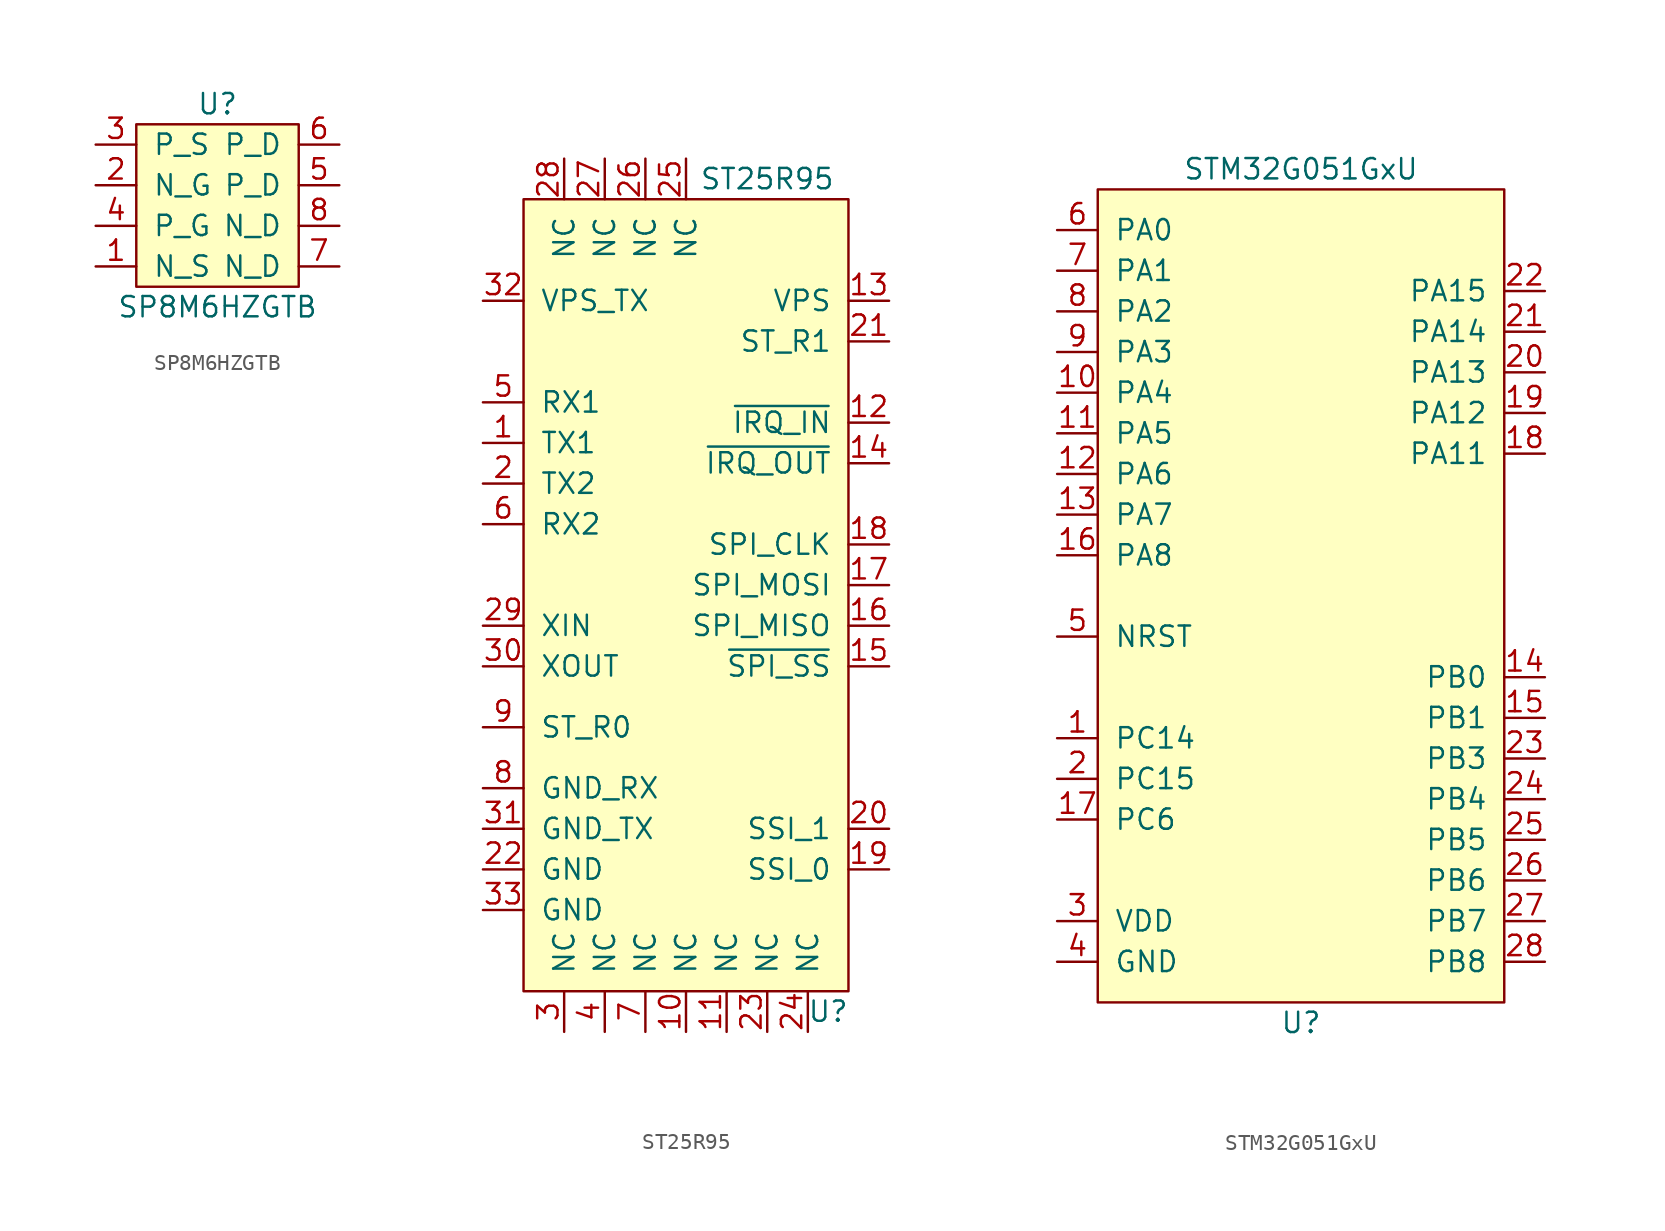
<source format=kicad_sym>
(kicad_symbol_lib
  (version 20211014)
  (generator kicad_symbol_editor)
  (symbol "SP8M6HZGTB"
    (pin_names
      (offset 1.016))
    (property "Reference" "U"
      (at 0 7.62 0)
      (effects (font (size 1.27 1.27))))
    (property "Value" "SP8M6HZGTB"
      (at 0 -5.08 0)
      (effects (font (size 1.27 1.27))))
    (symbol "SP8M6HZGTB_0_1"
      (rectangle (start -5.08 6.35) (end 5.08 -3.81) (stroke (width 0) (type default) (color 0 0 0 0)) (fill (type background))))
    (symbol "SP8M6HZGTB_1_1"
      (pin input line (at -7.62 -2.54 0) (length 2.54) (name "N_S" (effects (font (size 1.27 1.27)))) (number "1" (effects (font (size 1.27 1.27)))))
      (pin input line (at -7.62 2.54 0) (length 2.54) (name "N_G" (effects (font (size 1.27 1.27)))) (number "2" (effects (font (size 1.27 1.27)))))
      (pin input line (at -7.62 5.08 0) (length 2.54) (name "P_S" (effects (font (size 1.27 1.27)))) (number "3" (effects (font (size 1.27 1.27)))))
      (pin input line (at -7.62 0 0) (length 2.54) (name "P_G" (effects (font (size 1.27 1.27)))) (number "4" (effects (font (size 1.27 1.27)))))
      (pin input line (at 7.62 2.54 180) (length 2.54) (name "P_D" (effects (font (size 1.27 1.27)))) (number "5" (effects (font (size 1.27 1.27)))))
      (pin input line (at 7.62 5.08 180) (length 2.54) (name "P_D" (effects (font (size 1.27 1.27)))) (number "6" (effects (font (size 1.27 1.27)))))
      (pin input line (at 7.62 -2.54 180) (length 2.54) (name "N_D" (effects (font (size 1.27 1.27)))) (number "7" (effects (font (size 1.27 1.27)))))
      (pin input line (at 7.62 0 180) (length 2.54) (name "N_D" (effects (font (size 1.27 1.27)))) (number "8" (effects (font (size 1.27 1.27)))))))
  (symbol "ST25R95"
    (pin_names
      (offset 1.016))
    (property "Reference" "U"
      (at 8.89 -26.67 0)
      (effects (font (size 1.27 1.27))))
    (property "Value" "ST25R95"
      (at 5.08 25.4 0)
      (effects (font (size 1.27 1.27))))
    (symbol "ST25R95_0_1"
      (rectangle (start -10.16 -25.4) (end 10.16 24.13) (stroke (width 0) (type default) (color 0 0 0 0)) (fill (type background))))
    (symbol "ST25R95_1_1"
      (pin input line (at -12.7 8.89 0) (length 2.54) (name "TX1" (effects (font (size 1.27 1.27)))) (number "1" (effects (font (size 1.27 1.27)))))
      (pin passive line (at 0 -27.94 90) (length 2.54) (name "NC" (effects (font (size 1.27 1.27)))) (number "10" (effects (font (size 1.27 1.27)))))
      (pin passive line (at 2.54 -27.94 90) (length 2.54) (name "NC" (effects (font (size 1.27 1.27)))) (number "11" (effects (font (size 1.27 1.27)))))
      (pin input line (at 12.7 10.16 180) (length 2.54) (name "~{IRQ_IN}" (effects (font (size 1.27 1.27)))) (number "12" (effects (font (size 1.27 1.27)))))
      (pin input line (at 12.7 17.78 180) (length 2.54) (name "VPS" (effects (font (size 1.27 1.27)))) (number "13" (effects (font (size 1.27 1.27)))))
      (pin input line (at 12.7 7.62 180) (length 2.54) (name "~{IRQ_OUT}" (effects (font (size 1.27 1.27)))) (number "14" (effects (font (size 1.27 1.27)))))
      (pin input line (at 12.7 -5.08 180) (length 2.54) (name "~{SPI_SS}" (effects (font (size 1.27 1.27)))) (number "15" (effects (font (size 1.27 1.27)))))
      (pin input line (at 12.7 -2.54 180) (length 2.54) (name "SPI_MISO" (effects (font (size 1.27 1.27)))) (number "16" (effects (font (size 1.27 1.27)))))
      (pin input line (at 12.7 0 180) (length 2.54) (name "SPI_MOSI" (effects (font (size 1.27 1.27)))) (number "17" (effects (font (size 1.27 1.27)))))
      (pin input line (at 12.7 2.54 180) (length 2.54) (name "SPI_CLK" (effects (font (size 1.27 1.27)))) (number "18" (effects (font (size 1.27 1.27)))))
      (pin input line (at 12.7 -17.78 180) (length 2.54) (name "SSI_0" (effects (font (size 1.27 1.27)))) (number "19" (effects (font (size 1.27 1.27)))))
      (pin input line (at -12.7 6.35 0) (length 2.54) (name "TX2" (effects (font (size 1.27 1.27)))) (number "2" (effects (font (size 1.27 1.27)))))
      (pin input line (at 12.7 -15.24 180) (length 2.54) (name "SSI_1" (effects (font (size 1.27 1.27)))) (number "20" (effects (font (size 1.27 1.27)))))
      (pin input line (at 12.7 15.24 180) (length 2.54) (name "ST_R1" (effects (font (size 1.27 1.27)))) (number "21" (effects (font (size 1.27 1.27)))))
      (pin input line (at -12.7 -17.78 0) (length 2.54) (name "GND" (effects (font (size 1.27 1.27)))) (number "22" (effects (font (size 1.27 1.27)))))
      (pin passive line (at 5.08 -27.94 90) (length 2.54) (name "NC" (effects (font (size 1.27 1.27)))) (number "23" (effects (font (size 1.27 1.27)))))
      (pin passive line (at 7.62 -27.94 90) (length 2.54) (name "NC" (effects (font (size 1.27 1.27)))) (number "24" (effects (font (size 1.27 1.27)))))
      (pin passive line (at 0 26.67 270) (length 2.54) (name "NC" (effects (font (size 1.27 1.27)))) (number "25" (effects (font (size 1.27 1.27)))))
      (pin passive line (at -2.54 26.67 270) (length 2.54) (name "NC" (effects (font (size 1.27 1.27)))) (number "26" (effects (font (size 1.27 1.27)))))
      (pin passive line (at -5.08 26.67 270) (length 2.54) (name "NC" (effects (font (size 1.27 1.27)))) (number "27" (effects (font (size 1.27 1.27)))))
      (pin passive line (at -7.62 26.67 270) (length 2.54) (name "NC" (effects (font (size 1.27 1.27)))) (number "28" (effects (font (size 1.27 1.27)))))
      (pin input line (at -12.7 -2.54 0) (length 2.54) (name "XIN" (effects (font (size 1.27 1.27)))) (number "29" (effects (font (size 1.27 1.27)))))
      (pin passive line (at -7.62 -27.94 90) (length 2.54) (name "NC" (effects (font (size 1.27 1.27)))) (number "3" (effects (font (size 1.27 1.27)))))
      (pin input line (at -12.7 -5.08 0) (length 2.54) (name "XOUT" (effects (font (size 1.27 1.27)))) (number "30" (effects (font (size 1.27 1.27)))))
      (pin input line (at -12.7 -15.24 0) (length 2.54) (name "GND_TX" (effects (font (size 1.27 1.27)))) (number "31" (effects (font (size 1.27 1.27)))))
      (pin input line (at -12.7 17.78 0) (length 2.54) (name "VPS_TX" (effects (font (size 1.27 1.27)))) (number "32" (effects (font (size 1.27 1.27)))))
      (pin input line (at -12.7 -20.32 0) (length 2.54) (name "GND" (effects (font (size 1.27 1.27)))) (number "33" (effects (font (size 1.27 1.27)))))
      (pin passive line (at -5.08 -27.94 90) (length 2.54) (name "NC" (effects (font (size 1.27 1.27)))) (number "4" (effects (font (size 1.27 1.27)))))
      (pin input line (at -12.7 11.43 0) (length 2.54) (name "RX1" (effects (font (size 1.27 1.27)))) (number "5" (effects (font (size 1.27 1.27)))))
      (pin input line (at -12.7 3.81 0) (length 2.54) (name "RX2" (effects (font (size 1.27 1.27)))) (number "6" (effects (font (size 1.27 1.27)))))
      (pin passive line (at -2.54 -27.94 90) (length 2.54) (name "NC" (effects (font (size 1.27 1.27)))) (number "7" (effects (font (size 1.27 1.27)))))
      (pin input line (at -12.7 -12.7 0) (length 2.54) (name "GND_RX" (effects (font (size 1.27 1.27)))) (number "8" (effects (font (size 1.27 1.27)))))
      (pin input line (at -12.7 -8.89 0) (length 2.54) (name "ST_R0" (effects (font (size 1.27 1.27)))) (number "9" (effects (font (size 1.27 1.27)))))))
  (symbol "STM32G051GxU"
    (pin_names
      (offset 1.016))
    (property "Reference" "U"
      (at 0 -26.67 0)
      (effects (font (size 1.27 1.27))))
    (property "Value" "STM32G051GxU"
      (at 0 26.67 0)
      (effects (font (size 1.27 1.27))))
    (symbol "STM32G051GxU_0_1"
      (rectangle (start -12.7 25.4) (end 12.7 -25.4) (stroke (width 0) (type default) (color 0 0 0 0)) (fill (type background))))
    (symbol "STM32G051GxU_1_1"
      (pin bidirectional line (at -15.24 -8.89 0) (length 2.54) (name "PC14" (effects (font (size 1.27 1.27)))) (number "1" (effects (font (size 1.27 1.27)))))
      (pin bidirectional line (at -15.24 12.7 0) (length 2.54) (name "PA4" (effects (font (size 1.27 1.27)))) (number "10" (effects (font (size 1.27 1.27)))))
      (pin bidirectional line (at -15.24 10.16 0) (length 2.54) (name "PA5" (effects (font (size 1.27 1.27)))) (number "11" (effects (font (size 1.27 1.27)))))
      (pin bidirectional line (at -15.24 7.62 0) (length 2.54) (name "PA6" (effects (font (size 1.27 1.27)))) (number "12" (effects (font (size 1.27 1.27)))))
      (pin bidirectional line (at -15.24 5.08 0) (length 2.54) (name "PA7" (effects (font (size 1.27 1.27)))) (number "13" (effects (font (size 1.27 1.27)))))
      (pin bidirectional line (at 15.24 -5.08 180) (length 2.54) (name "PB0" (effects (font (size 1.27 1.27)))) (number "14" (effects (font (size 1.27 1.27)))))
      (pin bidirectional line (at 15.24 -7.62 180) (length 2.54) (name "PB1" (effects (font (size 1.27 1.27)))) (number "15" (effects (font (size 1.27 1.27)))))
      (pin bidirectional line (at -15.24 2.54 0) (length 2.54) (name "PA8" (effects (font (size 1.27 1.27)))) (number "16" (effects (font (size 1.27 1.27)))))
      (pin bidirectional line (at -15.24 -13.97 0) (length 2.54) (name "PC6" (effects (font (size 1.27 1.27)))) (number "17" (effects (font (size 1.27 1.27)))))
      (pin bidirectional line (at 15.24 8.89 180) (length 2.54) (name "PA11" (effects (font (size 1.27 1.27)))) (number "18" (effects (font (size 1.27 1.27)))))
      (pin bidirectional line (at 15.24 11.43 180) (length 2.54) (name "PA12" (effects (font (size 1.27 1.27)))) (number "19" (effects (font (size 1.27 1.27)))))
      (pin bidirectional line (at -15.24 -11.43 0) (length 2.54) (name "PC15" (effects (font (size 1.27 1.27)))) (number "2" (effects (font (size 1.27 1.27)))))
      (pin bidirectional line (at 15.24 13.97 180) (length 2.54) (name "PA13" (effects (font (size 1.27 1.27)))) (number "20" (effects (font (size 1.27 1.27)))))
      (pin bidirectional line (at 15.24 16.51 180) (length 2.54) (name "PA14" (effects (font (size 1.27 1.27)))) (number "21" (effects (font (size 1.27 1.27)))))
      (pin bidirectional line (at 15.24 19.05 180) (length 2.54) (name "PA15" (effects (font (size 1.27 1.27)))) (number "22" (effects (font (size 1.27 1.27)))))
      (pin bidirectional line (at 15.24 -10.16 180) (length 2.54) (name "PB3" (effects (font (size 1.27 1.27)))) (number "23" (effects (font (size 1.27 1.27)))))
      (pin bidirectional line (at 15.24 -12.7 180) (length 2.54) (name "PB4" (effects (font (size 1.27 1.27)))) (number "24" (effects (font (size 1.27 1.27)))))
      (pin bidirectional line (at 15.24 -15.24 180) (length 2.54) (name "PB5" (effects (font (size 1.27 1.27)))) (number "25" (effects (font (size 1.27 1.27)))))
      (pin bidirectional line (at 15.24 -17.78 180) (length 2.54) (name "PB6" (effects (font (size 1.27 1.27)))) (number "26" (effects (font (size 1.27 1.27)))))
      (pin bidirectional line (at 15.24 -20.32 180) (length 2.54) (name "PB7" (effects (font (size 1.27 1.27)))) (number "27" (effects (font (size 1.27 1.27)))))
      (pin bidirectional line (at 15.24 -22.86 180) (length 2.54) (name "PB8" (effects (font (size 1.27 1.27)))) (number "28" (effects (font (size 1.27 1.27)))))
      (pin power_in line (at -15.24 -20.32 0) (length 2.54) (name "VDD" (effects (font (size 1.27 1.27)))) (number "3" (effects (font (size 1.27 1.27)))))
      (pin power_in line (at -15.24 -22.86 0) (length 2.54) (name "GND" (effects (font (size 1.27 1.27)))) (number "4" (effects (font (size 1.27 1.27)))))
      (pin bidirectional line (at -15.24 -2.54 0) (length 2.54) (name "NRST" (effects (font (size 1.27 1.27)))) (number "5" (effects (font (size 1.27 1.27)))))
      (pin bidirectional line (at -15.24 22.86 0) (length 2.54) (name "PA0" (effects (font (size 1.27 1.27)))) (number "6" (effects (font (size 1.27 1.27)))))
      (pin bidirectional line (at -15.24 20.32 0) (length 2.54) (name "PA1" (effects (font (size 1.27 1.27)))) (number "7" (effects (font (size 1.27 1.27)))))
      (pin bidirectional line (at -15.24 17.78 0) (length 2.54) (name "PA2" (effects (font (size 1.27 1.27)))) (number "8" (effects (font (size 1.27 1.27)))))
      (pin bidirectional line (at -15.24 15.24 0) (length 2.54) (name "PA3" (effects (font (size 1.27 1.27)))) (number "9" (effects (font (size 1.27 1.27))))))))
</source>
